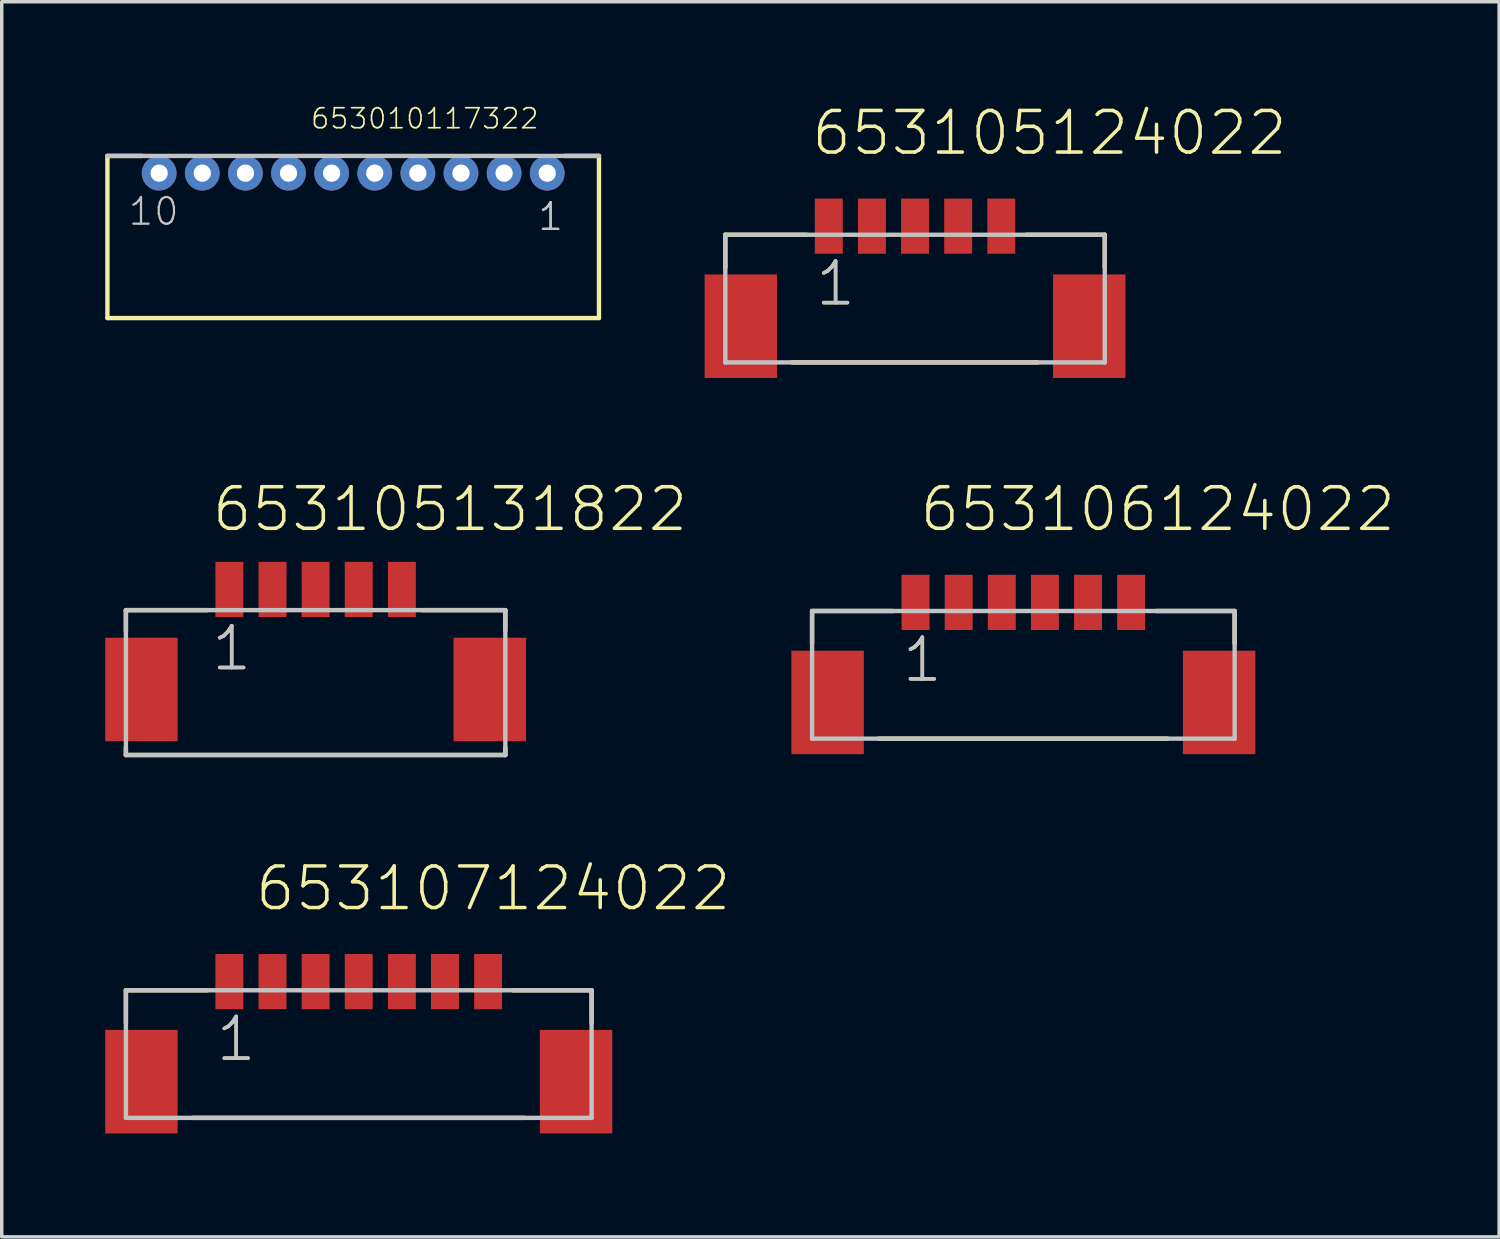
<source format=kicad_pcb>
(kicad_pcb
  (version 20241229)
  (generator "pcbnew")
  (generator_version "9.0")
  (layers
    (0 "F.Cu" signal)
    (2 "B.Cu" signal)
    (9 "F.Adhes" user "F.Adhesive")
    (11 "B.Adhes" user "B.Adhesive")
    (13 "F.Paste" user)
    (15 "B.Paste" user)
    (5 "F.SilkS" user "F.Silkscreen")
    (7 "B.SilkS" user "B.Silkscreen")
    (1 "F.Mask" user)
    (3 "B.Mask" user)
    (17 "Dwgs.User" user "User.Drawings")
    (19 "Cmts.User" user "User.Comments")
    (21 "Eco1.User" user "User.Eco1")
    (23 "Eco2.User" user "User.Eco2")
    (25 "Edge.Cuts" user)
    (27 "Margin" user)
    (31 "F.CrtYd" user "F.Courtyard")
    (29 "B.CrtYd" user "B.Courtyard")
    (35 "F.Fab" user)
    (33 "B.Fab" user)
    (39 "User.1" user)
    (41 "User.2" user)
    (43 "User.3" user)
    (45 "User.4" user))
  (footprint "653010117322"
    (layer "F.Cu")
    (at 7.189 1.97)
    (property "Reference" "653010117322" (at -1.265 -1.245 0) (layer "F.SilkS") (effects (font (size 0.579 0.579) (thickness 0.049)) (justify left bottom)))
    (attr through_hole)
    (fp_line (start -7.125 4.2) (end -7.125 -0.5) (stroke (width 0.127) (type solid)) (layer "F.SilkS"))
    (fp_line (start -6.12 -0.5) (end -7.125 -0.5) (stroke (width 0.127) (type solid)) (layer "F.SilkS"))
    (fp_line (start 6.12 -0.5) (end 7.125 -0.5) (stroke (width 0.127) (type solid)) (layer "F.SilkS"))
    (fp_line (start 7.125 -0.5) (end 7.125 4.2) (stroke (width 0.127) (type solid)) (layer "F.SilkS"))
    (fp_line (start 7.125 4.2) (end -7.125 4.2) (stroke (width 0.127) (type solid)) (layer "F.SilkS"))
    (fp_line (start -7.125 -0.5) (end 7.125 -0.5) (stroke (width 0.127) (type solid)) (layer "Dwgs.User"))
    (fp_text user "1" (at 5.312 1.712 0) (layer "F.SilkS") (effects (font (size 0.772 0.772) (thickness 0.065)) (justify left bottom)))
    (fp_text user "1" (at 5.312 1.712 0) (layer "Dwgs.User") (effects (font (size 0.772 0.772) (thickness 0.065)) (justify left bottom)))
    (fp_text user "10" (at -6.562 1.562 0) (layer "Dwgs.User") (effects (font (size 0.772 0.772) (thickness 0.065)) (justify left bottom)))
    (pad "1" thru_hole circle (at 5.625 0) (size 1.008 1.008) (drill 0.5) (layers "*.Cu" "*.Mask"))
    (pad "2" thru_hole circle (at 4.375 0) (size 1.008 1.008) (drill 0.5) (layers "*.Cu" "*.Mask"))
    (pad "3" thru_hole circle (at 3.125 0) (size 1.008 1.008) (drill 0.5) (layers "*.Cu" "*.Mask"))
    (pad "4" thru_hole circle (at 1.875 0) (size 1.008 1.008) (drill 0.5) (layers "*.Cu" "*.Mask"))
    (pad "5" thru_hole circle (at 0.625 0) (size 1.008 1.008) (drill 0.5) (layers "*.Cu" "*.Mask"))
    (pad "6" thru_hole circle (at -0.625 0) (size 1.008 1.008) (drill 0.5) (layers "*.Cu" "*.Mask"))
    (pad "7" thru_hole circle (at -1.875 0) (size 1.008 1.008) (drill 0.5) (layers "*.Cu" "*.Mask"))
    (pad "8" thru_hole circle (at -3.125 0) (size 1.008 1.008) (drill 0.5) (layers "*.Cu" "*.Mask"))
    (pad "9" thru_hole circle (at -4.375 0) (size 1.008 1.008) (drill 0.5) (layers "*.Cu" "*.Mask"))
    (pad "10" thru_hole circle (at -5.625 0) (size 1.008 1.008) (drill 0.5) (layers "*.Cu" "*.Mask")))
  (footprint "653105131822"
    (layer "F.Cu")
    (at 6.1 14.038)
    (property "Reference" "653105131822" (at -3.06 -1.62 0) (layer "F.SilkS") (effects (font (size 1.206 1.206) (thickness 0.102)) (justify left bottom)))
    (attr through_hole)
    (fp_line (start -5.5 0.6) (end -5.5 1.21) (stroke (width 0.127) (type solid)) (layer "F.SilkS"))
    (fp_line (start -5.5 4.59) (end -5.5 4.8) (stroke (width 0.127) (type solid)) (layer "F.SilkS"))
    (fp_line (start -5.5 4.8) (end 5.5 4.8) (stroke (width 0.127) (type solid)) (layer "F.SilkS"))
    (fp_line (start -3.145 0.6) (end -5.5 0.6) (stroke (width 0.127) (type solid)) (layer "F.SilkS"))
    (fp_line (start 3.105 0.6) (end 5.5 0.6) (stroke (width 0.127) (type solid)) (layer "F.SilkS"))
    (fp_line (start 5.5 0.6) (end 5.5 1.19) (stroke (width 0.127) (type solid)) (layer "F.SilkS"))
    (fp_line (start 5.5 4.8) (end 5.5 4.59) (stroke (width 0.127) (type solid)) (layer "F.SilkS"))
    (fp_line (start -5.5 0.6) (end 5.5 0.6) (stroke (width 0.127) (type solid)) (layer "Dwgs.User"))
    (fp_line (start -5.5 4.8) (end -5.5 0.6) (stroke (width 0.127) (type solid)) (layer "Dwgs.User"))
    (fp_line (start 5.5 0.6) (end 5.5 4.8) (stroke (width 0.127) (type solid)) (layer "Dwgs.User"))
    (fp_line (start 5.5 4.8) (end -5.5 4.8) (stroke (width 0.127) (type solid)) (layer "Dwgs.User"))
    (fp_text user "1" (at -3.075 2.415 0) (layer "F.SilkS") (effects (font (size 1.206 1.206) (thickness 0.102)) (justify left bottom)))
    (fp_text user "1" (at -3.075 2.415 0) (layer "Dwgs.User") (effects (font (size 1.206 1.206) (thickness 0.102)) (justify left bottom)))
    (pad "1" smd rect (at -2.5 0) (size 0.81 1.6) (layers "F.Cu" "F.Mask" "F.Paste"))
    (pad "2" smd rect (at -1.25 0) (size 0.81 1.6) (layers "F.Cu" "F.Mask" "F.Paste"))
    (pad "3" smd rect (at 0 0) (size 0.81 1.6) (layers "F.Cu" "F.Mask" "F.Paste"))
    (pad "4" smd rect (at 1.25 0) (size 0.81 1.6) (layers "F.Cu" "F.Mask" "F.Paste"))
    (pad "5" smd rect (at 2.5 0) (size 0.81 1.6) (layers "F.Cu" "F.Mask" "F.Paste"))
    (pad "Z1" smd rect (at -5.05 2.9) (size 2.1 3) (layers "F.Cu" "F.Mask" "F.Paste"))
    (pad "Z2" smd rect (at 5.05 2.9) (size 2.1 3) (layers "F.Cu" "F.Mask" "F.Paste")))
  (footprint "653107124022"
    (layer "F.Cu")
    (at 7.35 25.407)
    (property "Reference" "653107124022" (at -3.06 -1.995 0) (layer "F.SilkS") (effects (font (size 1.206 1.206) (thickness 0.102)) (justify left bottom)))
    (attr through_hole)
    (fp_line (start -6.75 0.25) (end -6.75 1.2) (stroke (width 0.127) (type solid)) (layer "F.SilkS"))
    (fp_line (start -4.815 3.95) (end 4.805 3.95) (stroke (width 0.127) (type solid)) (layer "F.SilkS"))
    (fp_line (start -4.395 0.25) (end -6.75 0.25) (stroke (width 0.127) (type solid)) (layer "F.SilkS"))
    (fp_line (start 4.475 0.25) (end 6.75 0.25) (stroke (width 0.127) (type solid)) (layer "F.SilkS"))
    (fp_line (start 6.75 0.25) (end 6.75 1.19) (stroke (width 0.127) (type solid)) (layer "F.SilkS"))
    (fp_line (start -6.75 0.25) (end 6.75 0.25) (stroke (width 0.127) (type solid)) (layer "Dwgs.User"))
    (fp_line (start -6.75 3.95) (end -6.75 0.25) (stroke (width 0.127) (type solid)) (layer "Dwgs.User"))
    (fp_line (start 6.75 0.25) (end 6.75 3.95) (stroke (width 0.127) (type solid)) (layer "Dwgs.User"))
    (fp_line (start 6.75 3.95) (end -6.75 3.95) (stroke (width 0.127) (type solid)) (layer "Dwgs.User"))
    (fp_text user "1" (at -4.195 2.37 0) (layer "F.SilkS") (effects (font (size 1.206 1.206) (thickness 0.102)) (justify left bottom)))
    (fp_text user "1" (at -4.195 2.37 0) (layer "Dwgs.User") (effects (font (size 1.206 1.206) (thickness 0.102)) (justify left bottom)))
    (pad "1" smd rect (at -3.75 0) (size 0.81 1.6) (layers "F.Cu" "F.Mask" "F.Paste"))
    (pad "2" smd rect (at -2.5 0) (size 0.81 1.6) (layers "F.Cu" "F.Mask" "F.Paste"))
    (pad "3" smd rect (at -1.25 0) (size 0.81 1.6) (layers "F.Cu" "F.Mask" "F.Paste"))
    (pad "4" smd rect (at 0 0) (size 0.81 1.6) (layers "F.Cu" "F.Mask" "F.Paste"))
    (pad "5" smd rect (at 1.25 0) (size 0.81 1.6) (layers "F.Cu" "F.Mask" "F.Paste"))
    (pad "6" smd rect (at 2.5 0) (size 0.81 1.6) (layers "F.Cu" "F.Mask" "F.Paste"))
    (pad "7" smd rect (at 3.75 0) (size 0.81 1.6) (layers "F.Cu" "F.Mask" "F.Paste"))
    (pad "Z1" smd rect (at -6.3 2.9) (size 2.1 3) (layers "F.Cu" "F.Mask" "F.Paste"))
    (pad "Z2" smd rect (at 6.3 2.9) (size 2.1 3) (layers "F.Cu" "F.Mask" "F.Paste")))
  (footprint "653105124022"
    (layer "F.Cu")
    (at 23.477 3.506)
    (property "Reference" "653105124022" (at -3.06 -1.995 0) (layer "F.SilkS") (effects (font (size 1.206 1.206) (thickness 0.102)) (justify left bottom)))
    (attr through_hole)
    (fp_line (start -5.5 0.25) (end -5.5 1.2) (stroke (width 0.127) (type solid)) (layer "F.SilkS"))
    (fp_line (start -3.565 3.95) (end 3.555 3.95) (stroke (width 0.127) (type solid)) (layer "F.SilkS"))
    (fp_line (start -3.145 0.25) (end -5.5 0.25) (stroke (width 0.127) (type solid)) (layer "F.SilkS"))
    (fp_line (start 3.225 0.25) (end 5.5 0.25) (stroke (width 0.127) (type solid)) (layer "F.SilkS"))
    (fp_line (start 5.5 0.25) (end 5.5 1.19) (stroke (width 0.127) (type solid)) (layer "F.SilkS"))
    (fp_line (start -5.5 0.25) (end 5.5 0.25) (stroke (width 0.127) (type solid)) (layer "Dwgs.User"))
    (fp_line (start -5.5 3.95) (end -5.5 0.25) (stroke (width 0.127) (type solid)) (layer "Dwgs.User"))
    (fp_line (start 5.5 0.25) (end 5.5 3.95) (stroke (width 0.127) (type solid)) (layer "Dwgs.User"))
    (fp_line (start 5.5 3.95) (end -5.5 3.95) (stroke (width 0.127) (type solid)) (layer "Dwgs.User"))
    (fp_text user "1" (at -2.945 2.37 0) (layer "F.SilkS") (effects (font (size 1.206 1.206) (thickness 0.102)) (justify left bottom)))
    (fp_text user "1" (at -2.945 2.37 0) (layer "Dwgs.User") (effects (font (size 1.206 1.206) (thickness 0.102)) (justify left bottom)))
    (pad "1" smd rect (at -2.5 0) (size 0.81 1.6) (layers "F.Cu" "F.Mask" "F.Paste"))
    (pad "2" smd rect (at -1.25 0) (size 0.81 1.6) (layers "F.Cu" "F.Mask" "F.Paste"))
    (pad "3" smd rect (at 0 0) (size 0.81 1.6) (layers "F.Cu" "F.Mask" "F.Paste"))
    (pad "4" smd rect (at 1.25 0) (size 0.81 1.6) (layers "F.Cu" "F.Mask" "F.Paste"))
    (pad "5" smd rect (at 2.5 0) (size 0.81 1.6) (layers "F.Cu" "F.Mask" "F.Paste"))
    (pad "Z1" smd rect (at -5.05 2.9) (size 2.1 3) (layers "F.Cu" "F.Mask" "F.Paste"))
    (pad "Z2" smd rect (at 5.05 2.9) (size 2.1 3) (layers "F.Cu" "F.Mask" "F.Paste")))
  (footprint "653106124022"
    (layer "F.Cu")
    (at 26.617 14.413)
    (property "Reference" "653106124022" (at -3.06 -1.995 0) (layer "F.SilkS") (effects (font (size 1.206 1.206) (thickness 0.102)) (justify left bottom)))
    (attr through_hole)
    (fp_line (start -6.125 0.25) (end -6.125 1.2) (stroke (width 0.127) (type solid)) (layer "F.SilkS"))
    (fp_line (start -4.19 3.95) (end 4.18 3.95) (stroke (width 0.127) (type solid)) (layer "F.SilkS"))
    (fp_line (start -3.77 0.25) (end -6.125 0.25) (stroke (width 0.127) (type solid)) (layer "F.SilkS"))
    (fp_line (start 3.85 0.25) (end 6.125 0.25) (stroke (width 0.127) (type solid)) (layer "F.SilkS"))
    (fp_line (start 6.125 0.25) (end 6.125 1.19) (stroke (width 0.127) (type solid)) (layer "F.SilkS"))
    (fp_line (start -6.125 0.25) (end 6.125 0.25) (stroke (width 0.127) (type solid)) (layer "Dwgs.User"))
    (fp_line (start -6.125 3.95) (end -6.125 0.25) (stroke (width 0.127) (type solid)) (layer "Dwgs.User"))
    (fp_line (start 6.125 0.25) (end 6.125 3.95) (stroke (width 0.127) (type solid)) (layer "Dwgs.User"))
    (fp_line (start 6.125 3.95) (end -6.125 3.95) (stroke (width 0.127) (type solid)) (layer "Dwgs.User"))
    (fp_text user "1" (at -3.57 2.37 0) (layer "F.SilkS") (effects (font (size 1.206 1.206) (thickness 0.102)) (justify left bottom)))
    (fp_text user "1" (at -3.57 2.37 0) (layer "Dwgs.User") (effects (font (size 1.206 1.206) (thickness 0.102)) (justify left bottom)))
    (pad "1" smd rect (at -3.125 0) (size 0.81 1.6) (layers "F.Cu" "F.Mask" "F.Paste"))
    (pad "2" smd rect (at -1.875 0) (size 0.81 1.6) (layers "F.Cu" "F.Mask" "F.Paste"))
    (pad "3" smd rect (at -0.625 0) (size 0.81 1.6) (layers "F.Cu" "F.Mask" "F.Paste"))
    (pad "4" smd rect (at 0.625 0) (size 0.81 1.6) (layers "F.Cu" "F.Mask" "F.Paste"))
    (pad "5" smd rect (at 1.875 0) (size 0.81 1.6) (layers "F.Cu" "F.Mask" "F.Paste"))
    (pad "6" smd rect (at 3.125 0) (size 0.81 1.6) (layers "F.Cu" "F.Mask" "F.Paste"))
    (pad "Z1" smd rect (at -5.675 2.9) (size 2.1 3) (layers "F.Cu" "F.Mask" "F.Paste"))
    (pad "Z2" smd rect (at 5.675 2.9) (size 2.1 3) (layers "F.Cu" "F.Mask" "F.Paste")))
  (gr_rect
    (start -3 -3)
    (end 40.409 32.807)
    (stroke (width 0.1) (type default))
    (fill no)
    (layer "Edge.Cuts")))
</source>
